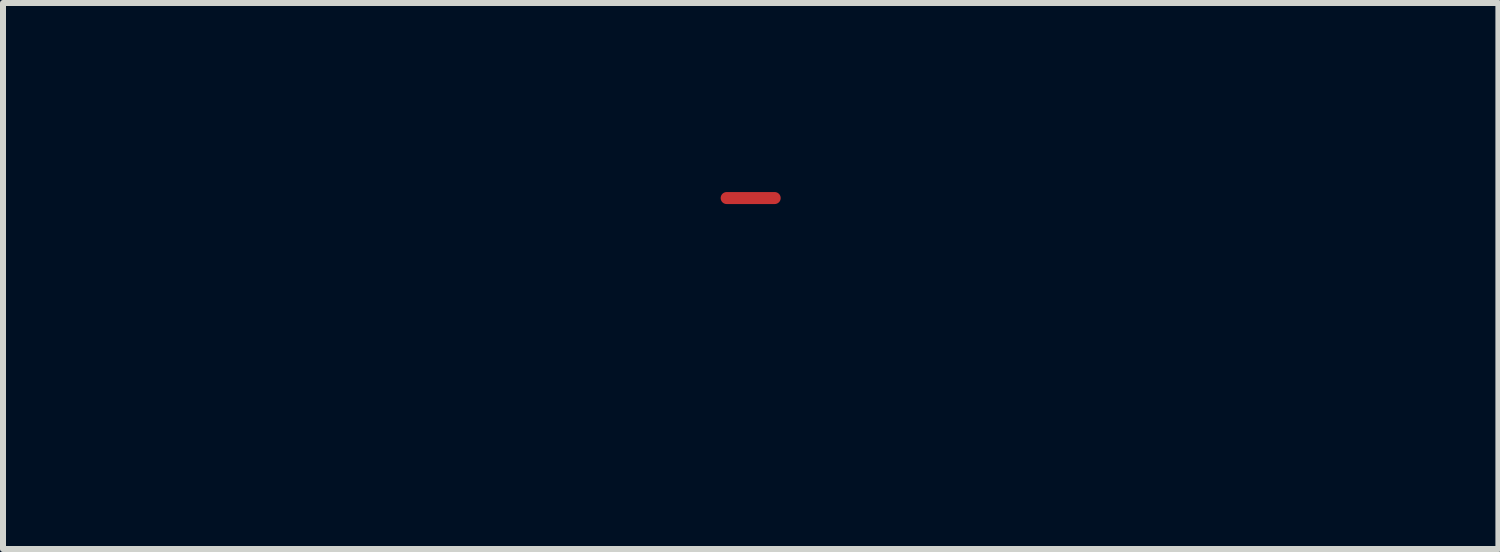
<source format=kicad_pcb>
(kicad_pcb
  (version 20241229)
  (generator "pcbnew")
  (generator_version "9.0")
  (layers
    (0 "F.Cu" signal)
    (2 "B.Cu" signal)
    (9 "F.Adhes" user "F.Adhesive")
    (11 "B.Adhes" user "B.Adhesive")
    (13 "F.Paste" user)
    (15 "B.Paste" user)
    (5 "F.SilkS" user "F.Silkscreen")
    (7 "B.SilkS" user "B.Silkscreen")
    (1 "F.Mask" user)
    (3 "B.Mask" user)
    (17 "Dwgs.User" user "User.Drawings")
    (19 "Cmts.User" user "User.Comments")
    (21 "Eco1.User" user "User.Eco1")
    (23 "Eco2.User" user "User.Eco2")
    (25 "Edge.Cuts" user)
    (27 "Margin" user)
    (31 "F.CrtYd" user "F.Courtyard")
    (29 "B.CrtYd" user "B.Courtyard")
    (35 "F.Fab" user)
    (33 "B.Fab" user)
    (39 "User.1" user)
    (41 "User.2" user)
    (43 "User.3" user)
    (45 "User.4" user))
  (footprint "NetTie-I_Connected_SMD"
    (layer "F.Cu")
    (at 9.458 0.25)
    (property "Reference" "NetTie-I_Connected_SMD" (at 0 2 0) (layer "Eco2.User") (effects (font (size 1 1) (thickness 0.15))))
    (attr through_hole)
    (fp_line (start -0.4 0) (end 0.4 0) (stroke (width 0.2) (type solid)) (layer "F.Cu"))
    (pad "1" smd circle (at -0.4 0) (size 0.05 0.05) (layers "F.Cu" "F.Mask" "F.Paste"))
    (pad "2" smd circle (at 0.4 0) (size 0.05 0.05) (layers "F.Cu" "F.Mask" "F.Paste")))
  (gr_rect
    (start -3 -3)
    (end 21.917 6.098)
    (stroke (width 0.1) (type default))
    (fill no)
    (layer "Edge.Cuts")))
</source>
